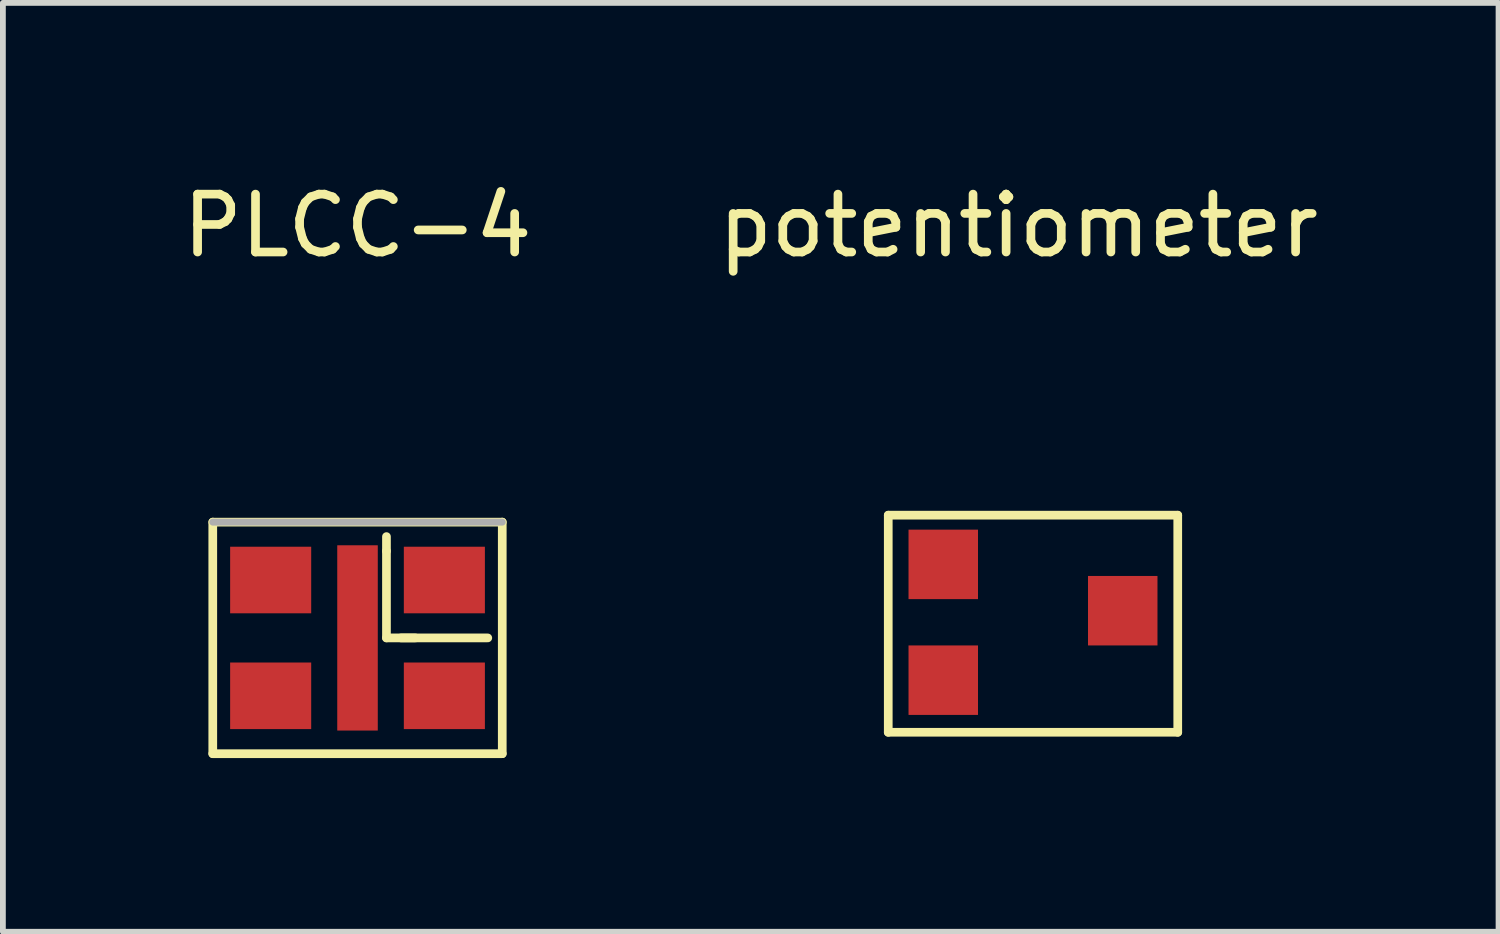
<source format=kicad_pcb>
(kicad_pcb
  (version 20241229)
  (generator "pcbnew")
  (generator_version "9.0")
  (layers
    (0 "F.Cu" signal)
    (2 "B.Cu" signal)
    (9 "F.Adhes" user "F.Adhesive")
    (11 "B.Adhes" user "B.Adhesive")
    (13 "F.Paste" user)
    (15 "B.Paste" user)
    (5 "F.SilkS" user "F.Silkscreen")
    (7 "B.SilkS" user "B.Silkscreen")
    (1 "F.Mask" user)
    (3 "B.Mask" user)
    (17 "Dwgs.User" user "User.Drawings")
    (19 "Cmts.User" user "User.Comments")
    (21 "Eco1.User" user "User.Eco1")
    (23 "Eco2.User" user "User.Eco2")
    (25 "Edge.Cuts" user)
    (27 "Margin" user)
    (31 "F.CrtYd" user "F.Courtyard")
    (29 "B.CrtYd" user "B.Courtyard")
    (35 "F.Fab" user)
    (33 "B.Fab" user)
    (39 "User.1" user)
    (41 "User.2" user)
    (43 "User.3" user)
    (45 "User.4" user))
  (footprint "PLCC-4"
    (layer "F.Cu")
    (at 3.125 7.968)
    (property "Reference" "PLCC-4" (at 0 -7.12 0) (layer "F.SilkS") (effects (font (size 1 1) (thickness 0.15))))
    (attr through_hole)
    (fp_line (start -2.5 -2) (end 2.5 -2) (stroke (width 0.15) (type solid)) (layer "F.SilkS"))
    (fp_line (start -2.5 2) (end -2.5 -2) (stroke (width 0.15) (type solid)) (layer "F.SilkS"))
    (fp_line (start 0.5 -1.5) (end 0.5 -1.75) (stroke (width 0.15) (type solid)) (layer "F.SilkS"))
    (fp_line (start 0.5 0) (end 0.5 -1.5) (stroke (width 0.15) (type solid)) (layer "F.SilkS"))
    (fp_line (start 0.75 0) (end 2.25 0) (stroke (width 0.15) (type solid)) (layer "F.SilkS"))
    (fp_line (start 1 0) (end 0.5 0) (stroke (width 0.15) (type solid)) (layer "F.SilkS"))
    (fp_line (start 2.5 -2) (end 2.5 2) (stroke (width 0.15) (type solid)) (layer "F.SilkS"))
    (fp_line (start 2.5 2) (end -2.5 2) (stroke (width 0.15) (type solid)) (layer "F.SilkS"))
    (fp_line (start -2.5 -2) (end 2.5 -2) (stroke (width 0.12) (type solid)) (layer "F.Fab"))
    (pad "1" smd rect (at 1.5 -1) (size 1.4 1.15) (layers "F.Cu" "F.Mask" "F.Paste"))
    (pad "2" smd rect (at 1.5 1) (size 1.4 1.15) (layers "F.Cu" "F.Mask" "F.Paste"))
    (pad "3" smd rect (at -1.5 1) (size 1.4 1.15) (layers "F.Cu" "F.Mask" "F.Paste"))
    (pad "4" smd rect (at -1.5 -1) (size 1.4 1.15) (layers "F.Cu" "F.Mask" "F.Paste"))
    (pad "5" smd rect (at 0 0) (size 0.7 3.2) (layers "F.Cu" "F.Mask" "F.Paste")))
  (footprint "potentiometer"
    (layer "F.Cu")
    (at 14.542 7.598)
    (property "Reference" "potentiometer" (at 0 -6.75 0) (layer "F.SilkS") (effects (font (size 1 1) (thickness 0.15))))
    (attr through_hole)
    (fp_line (start -2.25 -1.75) (end -2.25 2) (stroke (width 0.15) (type solid)) (layer "F.SilkS"))
    (fp_line (start -2.25 2) (end 2.75 2) (stroke (width 0.15) (type solid)) (layer "F.SilkS"))
    (fp_line (start 2.75 -1.75) (end -2.25 -1.75) (stroke (width 0.15) (type solid)) (layer "F.SilkS"))
    (fp_line (start 2.75 2) (end 2.75 -1.75) (stroke (width 0.15) (type solid)) (layer "F.SilkS"))
    (pad "1" smd rect (at -1.3 -0.9 90) (size 1.2 1.2) (layers "F.Cu" "F.Mask" "F.Paste"))
    (pad "2" smd rect (at 1.8 -0.1 90) (size 1.2 1.2) (layers "F.Cu" "F.Mask" "F.Paste"))
    (pad "3" smd rect (at -1.3 1.1 90) (size 1.2 1.2) (layers "F.Cu" "F.Mask" "F.Paste")))
  (gr_rect
    (start -3 -3)
    (end 22.833 13.043)
    (stroke (width 0.1) (type default))
    (fill no)
    (layer "Edge.Cuts")))
</source>
